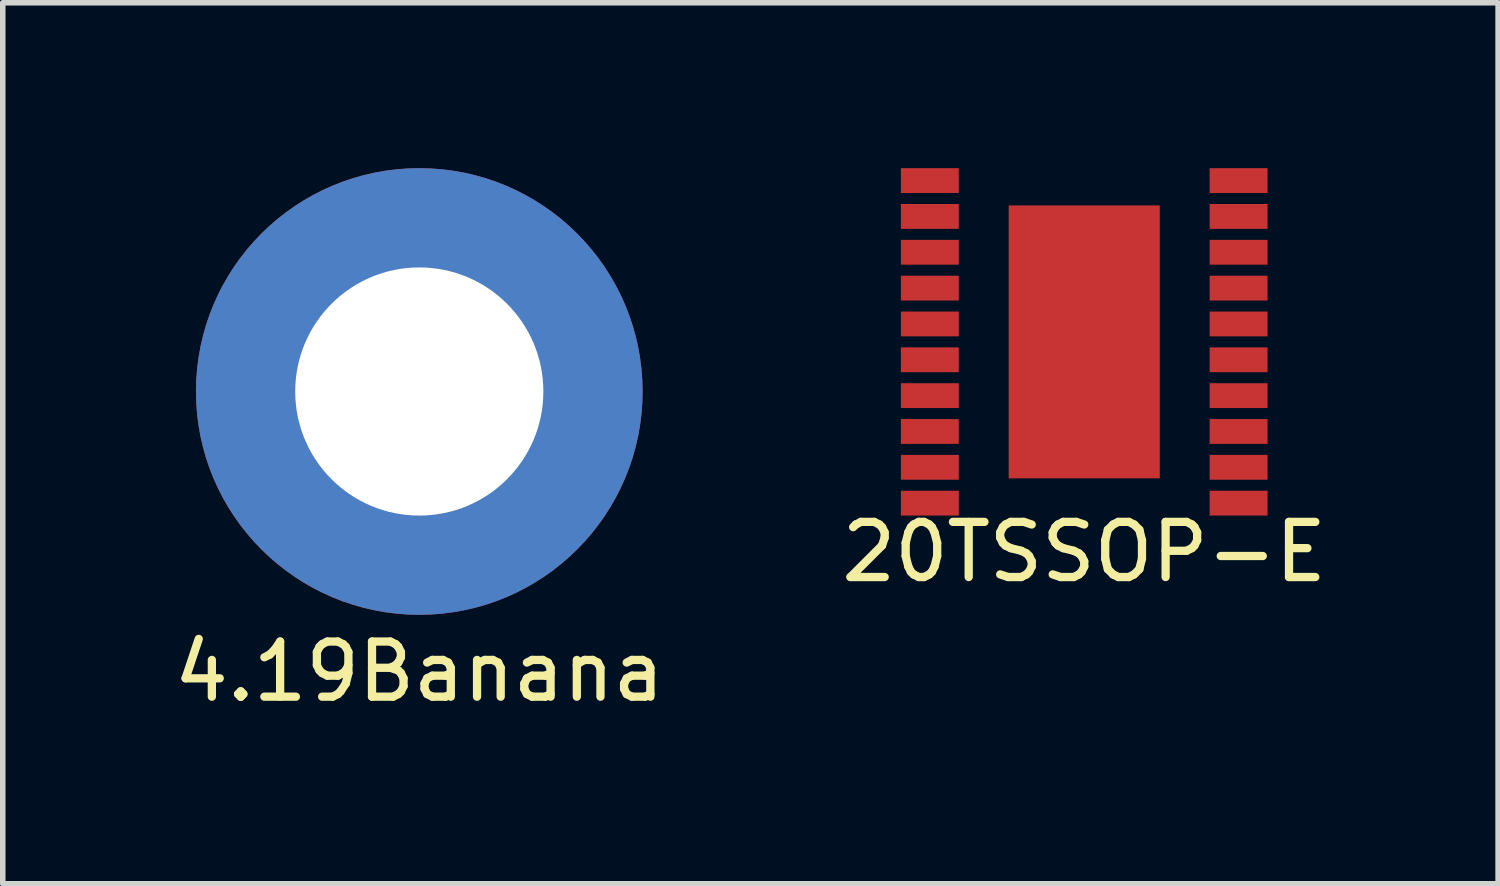
<source format=kicad_pcb>
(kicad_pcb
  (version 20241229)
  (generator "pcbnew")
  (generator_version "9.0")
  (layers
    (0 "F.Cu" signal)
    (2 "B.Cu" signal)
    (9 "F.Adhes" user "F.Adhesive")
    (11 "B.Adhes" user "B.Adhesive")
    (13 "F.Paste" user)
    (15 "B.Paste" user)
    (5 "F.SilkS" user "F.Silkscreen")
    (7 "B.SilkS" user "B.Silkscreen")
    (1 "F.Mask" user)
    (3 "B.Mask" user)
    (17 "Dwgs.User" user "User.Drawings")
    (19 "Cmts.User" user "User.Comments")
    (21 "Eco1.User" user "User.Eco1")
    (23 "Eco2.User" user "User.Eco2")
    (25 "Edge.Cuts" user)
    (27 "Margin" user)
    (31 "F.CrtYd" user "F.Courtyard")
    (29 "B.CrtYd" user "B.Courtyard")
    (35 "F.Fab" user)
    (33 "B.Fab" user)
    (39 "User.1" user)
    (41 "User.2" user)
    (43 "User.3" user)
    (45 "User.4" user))
  (footprint "4.19Banana"
    (layer "F.Cu")
    (at 4.554 4.05)
    (property "Reference" "4.19Banana" (at 0 5.08 0) (layer "F.SilkS") (effects (font (size 1 1) (thickness 0.15))))
    (attr through_hole)
    (pad "1" thru_hole circle (at 0 0) (size 8.1 8.1) (drill 4.5) (layers "*.Cu" "*.Mask")))
  (footprint "20TSSOP-E"
    (layer "F.Cu")
    (at 16.613 3.15)
    (property "Reference" "20TSSOP-E" (at 0 3.81 0) (layer "F.SilkS") (effects (font (size 1 1) (thickness 0.15))))
    (attr through_hole)
    (pad "1" smd rect (at -2.8 -2.925) (size 1.05 0.45) (layers "F.Cu" "F.Mask" "F.Paste"))
    (pad "2" smd rect (at -2.8 -2.275) (size 1.05 0.45) (layers "F.Cu" "F.Mask" "F.Paste"))
    (pad "3" smd rect (at -2.8 -1.625) (size 1.05 0.45) (layers "F.Cu" "F.Mask" "F.Paste"))
    (pad "4" smd rect (at -2.8 -0.975) (size 1.05 0.45) (layers "F.Cu" "F.Mask" "F.Paste"))
    (pad "5" smd rect (at -2.8 -0.325) (size 1.05 0.45) (layers "F.Cu" "F.Mask" "F.Paste"))
    (pad "6" smd rect (at -2.8 0.325) (size 1.05 0.45) (layers "F.Cu" "F.Mask" "F.Paste"))
    (pad "7" smd rect (at -2.8 0.975) (size 1.05 0.45) (layers "F.Cu" "F.Mask" "F.Paste"))
    (pad "8" smd rect (at -2.8 1.625) (size 1.05 0.45) (layers "F.Cu" "F.Mask" "F.Paste"))
    (pad "9" smd rect (at -2.8 2.275) (size 1.05 0.45) (layers "F.Cu" "F.Mask" "F.Paste"))
    (pad "10" smd rect (at -2.8 2.925) (size 1.05 0.45) (layers "F.Cu" "F.Mask" "F.Paste"))
    (pad "11" smd rect (at 2.8 2.925) (size 1.05 0.45) (layers "F.Cu" "F.Mask" "F.Paste"))
    (pad "12" smd rect (at 2.8 2.275) (size 1.05 0.45) (layers "F.Cu" "F.Mask" "F.Paste"))
    (pad "13" smd rect (at 2.8 1.625) (size 1.05 0.45) (layers "F.Cu" "F.Mask" "F.Paste"))
    (pad "14" smd rect (at 2.8 0.975) (size 1.05 0.45) (layers "F.Cu" "F.Mask" "F.Paste"))
    (pad "15" smd rect (at 2.8 0.325) (size 1.05 0.45) (layers "F.Cu" "F.Mask" "F.Paste"))
    (pad "16" smd rect (at 2.8 -0.325) (size 1.05 0.45) (layers "F.Cu" "F.Mask" "F.Paste"))
    (pad "17" smd rect (at 2.8 -0.975) (size 1.05 0.45) (layers "F.Cu" "F.Mask" "F.Paste"))
    (pad "18" smd rect (at 2.8 -1.625) (size 1.05 0.45) (layers "F.Cu" "F.Mask" "F.Paste"))
    (pad "19" smd rect (at 2.8 -2.275) (size 1.05 0.45) (layers "F.Cu" "F.Mask" "F.Paste"))
    (pad "20" smd rect (at 2.8 -2.925) (size 1.05 0.45) (layers "F.Cu" "F.Mask" "F.Paste"))
    (pad "21" smd rect (at 0 0) (size 2.74 4.95) (layers "F.Cu" "F.Mask" "F.Paste")))
  (gr_rect
    (start -3 -3)
    (end 24.119 12.978)
    (stroke (width 0.1) (type default))
    (fill no)
    (layer "Edge.Cuts")))
</source>
